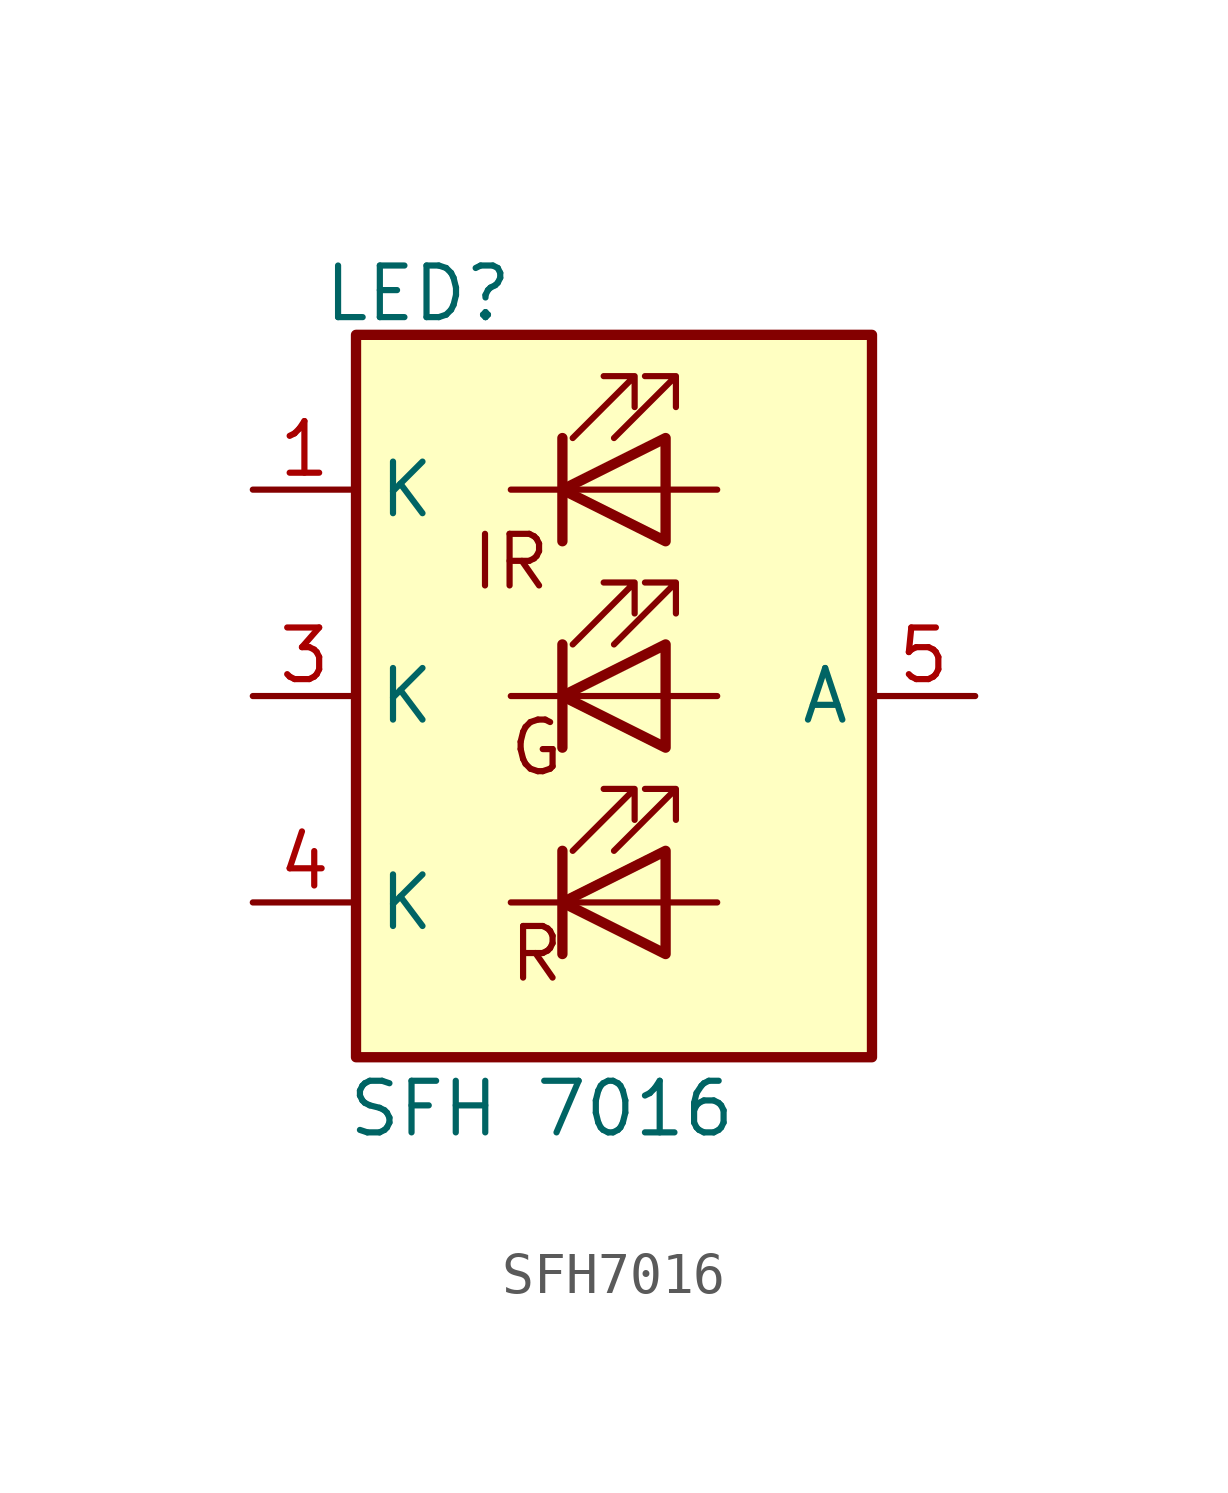
<source format=kicad_sym>
(kicad_symbol_lib
  (version 20241209)
  (generator "kicad_symbol_editor")
  (generator_version "9.0")
  (symbol "SFH7016"
    (property "Reference" "LED"
      (at -4.826 9.906 0)
      (effects (font (size 1.27 1.27))))
    (property "Value" "SFH 7016"
      (at -1.778 -10.16 0)
      (effects (font (size 1.27 1.27))))
    (symbol "SFH7016_0_0"
      (text "G" (at -1.905 -1.27 0) (effects (font (size 1.27 1.27)))))
    (symbol "SFH7016_0_1"
      (rectangle (start -6.35 8.89) (end 6.35 -8.89) (stroke (width 0.254) (type default)) (fill (type background)))
      (polyline (pts (xy -1.27 6.35) (xy -1.27 3.81)) (stroke (width 0.254) (type default)) (fill (type none)))
      (polyline (pts (xy -1.27 6.35) (xy -1.27 3.81) (xy -1.27 3.81)) (stroke (width 0) (type default)) (fill (type none)))
      (polyline (pts (xy -1.27 5.08) (xy -2.54 5.08)) (stroke (width 0) (type default)) (fill (type none)))
      (polyline (pts (xy -1.27 5.08) (xy 1.27 5.08)) (stroke (width 0) (type default)) (fill (type none)))
      (polyline (pts (xy -1.27 1.27) (xy -1.27 -1.27)) (stroke (width 0.254) (type default)) (fill (type none)))
      (polyline (pts (xy -1.27 1.27) (xy -1.27 -1.27) (xy -1.27 -1.27)) (stroke (width 0) (type default)) (fill (type none)))
      (polyline (pts (xy -1.27 0) (xy -2.54 0)) (stroke (width 0) (type default)) (fill (type none)))
      (polyline (pts (xy -1.27 -3.81) (xy -1.27 -6.35)) (stroke (width 0.254) (type default)) (fill (type none)))
      (polyline (pts (xy -1.27 -5.08) (xy -2.54 -5.08)) (stroke (width 0) (type default)) (fill (type none)))
      (polyline (pts (xy -1.27 -5.08) (xy 1.27 -5.08)) (stroke (width 0) (type default)) (fill (type none)))
      (polyline (pts (xy -1.016 6.35) (xy 0.508 7.874) (xy -0.254 7.874) (xy 0.508 7.874) (xy 0.508 7.112)) (stroke (width 0) (type default)) (fill (type none)))
      (polyline (pts (xy -1.016 1.27) (xy 0.508 2.794) (xy -0.254 2.794) (xy 0.508 2.794) (xy 0.508 2.032)) (stroke (width 0) (type default)) (fill (type none)))
      (polyline (pts (xy -1.016 -3.81) (xy 0.508 -2.286) (xy -0.254 -2.286) (xy 0.508 -2.286) (xy 0.508 -3.048)) (stroke (width 0) (type default)) (fill (type none)))
      (polyline (pts (xy 0 6.35) (xy 1.524 7.874) (xy 0.762 7.874) (xy 1.524 7.874) (xy 1.524 7.112)) (stroke (width 0) (type default)) (fill (type none)))
      (polyline (pts (xy 0 1.27) (xy 1.524 2.794) (xy 0.762 2.794) (xy 1.524 2.794) (xy 1.524 2.032)) (stroke (width 0) (type default)) (fill (type none)))
      (polyline (pts (xy 0 -3.81) (xy 1.524 -2.286) (xy 0.762 -2.286) (xy 1.524 -2.286) (xy 1.524 -3.048)) (stroke (width 0) (type default)) (fill (type none)))
      (polyline (pts (xy 1.27 6.35) (xy 1.27 3.81) (xy -1.27 5.08) (xy 1.27 6.35)) (stroke (width 0.254) (type default)) (fill (type none)))
      (rectangle (start 1.27 6.35) (end 1.27 6.35) (stroke (width 0) (type default)) (fill (type none)))
      (polyline (pts (xy 1.27 5.08) (xy 2.54 5.08)) (stroke (width 0) (type default)) (fill (type none)))
      (rectangle (start 1.27 3.81) (end 1.27 6.35) (stroke (width 0) (type default)) (fill (type none)))
      (polyline (pts (xy 1.27 1.27) (xy 1.27 -1.27) (xy -1.27 0) (xy 1.27 1.27)) (stroke (width 0.254) (type default)) (fill (type none)))
      (rectangle (start 1.27 1.27) (end 1.27 1.27) (stroke (width 0) (type default)) (fill (type none)))
      (polyline (pts (xy 1.27 0) (xy -1.27 0)) (stroke (width 0) (type default)) (fill (type none)))
      (polyline (pts (xy 1.27 0) (xy 2.54 0)) (stroke (width 0) (type default)) (fill (type none)))
      (rectangle (start 1.27 -1.27) (end 1.27 1.27) (stroke (width 0) (type default)) (fill (type none)))
      (polyline (pts (xy 1.27 -3.81) (xy 1.27 -6.35) (xy -1.27 -5.08) (xy 1.27 -3.81)) (stroke (width 0.254) (type default)) (fill (type none)))
      (polyline (pts (xy 1.27 -5.08) (xy 2.54 -5.08)) (stroke (width 0) (type default)) (fill (type none))))
    (symbol "SFH7016_1_1"
      (text "IR" (at -2.54 3.302 0) (effects (font (size 1.27 1.27))))
      (text "R" (at -1.905 -6.35 0) (effects (font (size 1.27 1.27))))
      (pin passive line (at -8.89 5.08 0) (length 2.54) (name "K" (effects (font (size 1.27 1.27)))) (number "1" (effects (font (size 1.27 1.27)))))
      (pin passive line (at -8.89 0 0) (length 2.54) (name "K" (effects (font (size 1.27 1.27)))) (number "3" (effects (font (size 1.27 1.27)))))
      (pin passive line (at -8.89 -5.08 0) (length 2.54) (name "K" (effects (font (size 1.27 1.27)))) (number "4" (effects (font (size 1.27 1.27)))))
      (pin passive line (at 8.89 0 180) (length 2.54) (hide yes) (name "A" (effects (font (size 1.27 1.27)))) (number "2" (effects (font (size 1.27 1.27)))))
      (pin passive line (at 8.89 0 180) (length 2.54) (name "A" (effects (font (size 1.27 1.27)))) (number "5" (effects (font (size 1.27 1.27)))))
      (pin no_connect line (at 8.89 -5.08 180) (length 2.54) (hide yes) (name "NC" (effects (font (size 1.27 1.27)))) (number "6" (effects (font (size 1.27 1.27))))))))
</source>
